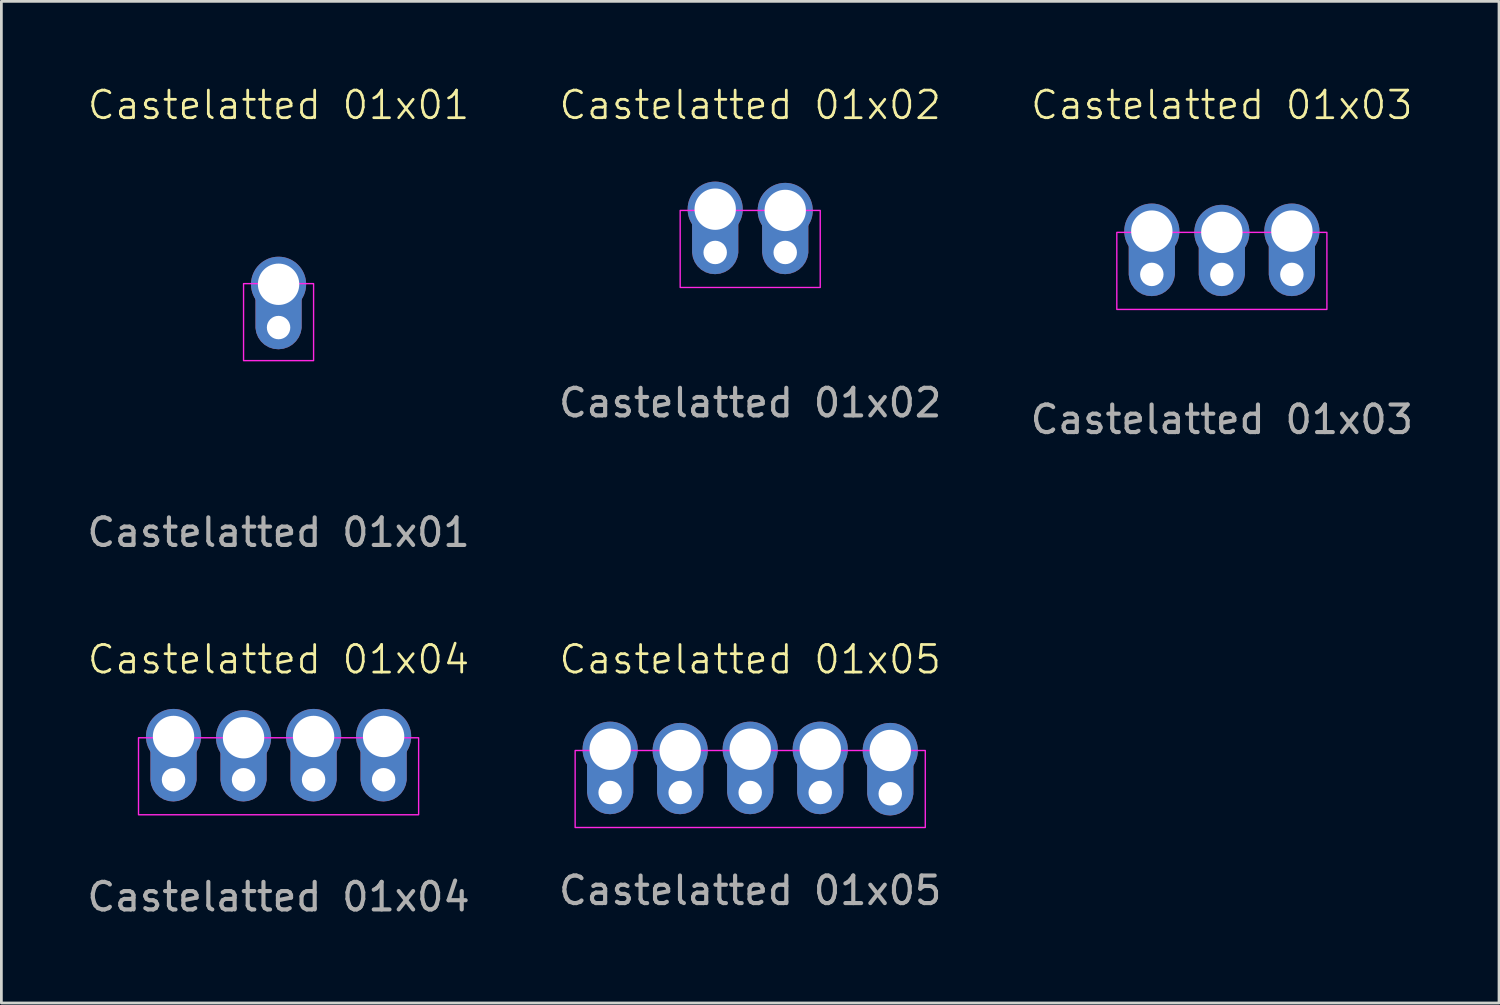
<source format=kicad_pcb>
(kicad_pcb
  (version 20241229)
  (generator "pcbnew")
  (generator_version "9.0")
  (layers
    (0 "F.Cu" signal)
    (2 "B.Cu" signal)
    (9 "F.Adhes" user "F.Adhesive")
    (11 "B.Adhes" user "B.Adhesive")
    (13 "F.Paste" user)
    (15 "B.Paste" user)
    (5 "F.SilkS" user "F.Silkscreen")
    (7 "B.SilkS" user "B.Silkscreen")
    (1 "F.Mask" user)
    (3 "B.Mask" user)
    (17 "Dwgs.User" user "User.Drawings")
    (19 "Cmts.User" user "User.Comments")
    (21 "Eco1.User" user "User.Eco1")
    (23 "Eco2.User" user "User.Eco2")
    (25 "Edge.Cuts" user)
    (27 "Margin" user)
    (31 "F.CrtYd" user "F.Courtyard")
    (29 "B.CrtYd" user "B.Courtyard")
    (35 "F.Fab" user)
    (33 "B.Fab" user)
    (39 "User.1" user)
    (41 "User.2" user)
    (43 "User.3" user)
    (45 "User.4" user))
  (footprint "Castelatted 01x03"
    (layer "F.Cu")
    (at 41.268 6.603)
    (property "Reference" "Castelatted 01x03" (at 0 -5.842 0) (unlocked yes) (layer "F.SilkS") (effects (font (size 1 1) (thickness 0.1))))
    (attr smd)
    (fp_rect (start -3.81 -1.224) (end 3.81 1.57) (stroke (width 0.05) (type default)) (fill no) (layer "F.CrtYd"))
    (fp_rect (start -2.794 0.046) (end -2.286 0.554) (stroke (width 0.1) (type default)) (fill no) (layer "F.Fab"))
    (fp_rect (start -2.794 0.046) (end -2.286 0.554) (stroke (width 0.1) (type default)) (fill no) (layer "F.Fab"))
    (fp_text user "${REFERENCE}" (at 0 5.564 0) (unlocked yes) (layer "F.Fab") (effects (font (size 1 1) (thickness 0.15))))
    (pad "1" thru_hole circle (at -2.54 -1.27 270) (size 2 2) (drill 1.5) (layers "*.Cu" "*.Mask") (remove_unused_layers yes) (keep_end_layers yes) (zone_layer_connections))
    (pad "1" thru_hole custom (at -2.54 0.3 90) (size 1.016 1.016) (drill 0.85) (layers "*.Cu" "*.Mask") (remove_unused_layers yes) (keep_end_layers yes) (zone_layer_connections) (options (anchor circle)) (primitives (gr_poly (pts (xy -0.189 0.803) (xy -0.352 0.733) (xy -0.498 0.63) (xy -0.619 0.499) (xy -0.71 0.346) (xy -0.767 0.177) (xy -0.787 0.001) (xy -0.787 -0.001) (xy -0.771 -0.179) (xy -0.716 -0.349) (xy -0.625 -0.505) (xy -0.504 -0.636) (xy -0.356 -0.739) (xy -0.19 -0.807) (xy -0.014 -0.838) (xy 1.27 -0.838) (xy 1.27 0.838) (xy -0.014 0.838)) (width 0) (fill yes))))
    (pad "2" thru_hole circle (at 0 -1.224 270) (size 2 2) (drill 1.5) (layers "*.Cu" "*.Mask") (remove_unused_layers yes) (keep_end_layers yes) (zone_layer_connections))
    (pad "2" thru_hole custom (at 0 0.3 90) (size 1.016 1.016) (drill 0.85) (layers "*.Cu" "*.Mask") (remove_unused_layers yes) (keep_end_layers yes) (zone_layer_connections) (options (anchor circle)) (primitives (gr_poly (pts (xy -0.189 0.803) (xy -0.352 0.733) (xy -0.498 0.63) (xy -0.619 0.499) (xy -0.71 0.346) (xy -0.767 0.177) (xy -0.787 0.001) (xy -0.787 -0.001) (xy -0.771 -0.179) (xy -0.716 -0.349) (xy -0.625 -0.505) (xy -0.504 -0.636) (xy -0.356 -0.739) (xy -0.19 -0.807) (xy -0.014 -0.838) (xy 1.27 -0.838) (xy 1.27 0.838) (xy -0.014 0.838)) (width 0) (fill yes))))
    (pad "3" thru_hole circle (at 2.54 -1.27 270) (size 2 2) (drill 1.5) (layers "*.Cu" "*.Mask") (remove_unused_layers yes) (keep_end_layers yes) (zone_layer_connections))
    (pad "3" thru_hole custom (at 2.54 0.3 90) (size 1.016 1.016) (drill 0.85) (layers "*.Cu" "*.Mask") (remove_unused_layers yes) (keep_end_layers yes) (zone_layer_connections) (options (anchor circle)) (primitives (gr_poly (pts (xy -0.189 0.803) (xy -0.352 0.733) (xy -0.498 0.63) (xy -0.619 0.499) (xy -0.71 0.346) (xy -0.767 0.177) (xy -0.787 0.001) (xy -0.787 -0.001) (xy -0.771 -0.179) (xy -0.716 -0.349) (xy -0.625 -0.505) (xy -0.504 -0.636) (xy -0.356 -0.739) (xy -0.19 -0.807) (xy -0.014 -0.838) (xy 1.27 -0.838) (xy 1.27 0.838) (xy -0.014 0.838)) (width 0) (fill yes)))))
  (footprint "Castelatted 01x02"
    (layer "F.Cu")
    (at 24.161 6.361)
    (property "Reference" "Castelatted 01x02" (at 0 -5.6 0) (unlocked yes) (layer "F.SilkS") (effects (font (size 1 1) (thickness 0.1))))
    (attr smd)
    (fp_rect (start -2.54 -1.778) (end 2.54 1.016) (stroke (width 0.05) (type default)) (fill no) (layer "F.CrtYd"))
    (fp_rect (start -1.524 -0.508) (end -1.016 0) (stroke (width 0.1) (type default)) (fill no) (layer "F.Fab"))
    (fp_rect (start -1.524 -0.508) (end -1.016 0) (stroke (width 0.1) (type default)) (fill no) (layer "F.Fab"))
    (fp_text user "${REFERENCE}" (at 0 5.2 0) (unlocked yes) (layer "F.Fab") (effects (font (size 1 1) (thickness 0.15))))
    (pad "1" thru_hole circle (at -1.27 -1.824 270) (size 2 2) (drill 1.5) (layers "*.Cu" "*.Mask") (remove_unused_layers yes) (keep_end_layers yes) (zone_layer_connections))
    (pad "1" thru_hole custom (at -1.27 -0.254 90) (size 1.016 1.016) (drill 0.85) (layers "*.Cu" "*.Mask") (remove_unused_layers yes) (keep_end_layers yes) (zone_layer_connections) (options (anchor circle)) (primitives (gr_poly (pts (xy -0.189 0.803) (xy -0.352 0.733) (xy -0.498 0.63) (xy -0.619 0.499) (xy -0.71 0.346) (xy -0.767 0.177) (xy -0.787 0.001) (xy -0.787 -0.001) (xy -0.771 -0.179) (xy -0.716 -0.349) (xy -0.625 -0.505) (xy -0.504 -0.636) (xy -0.356 -0.739) (xy -0.19 -0.807) (xy -0.014 -0.838) (xy 1.27 -0.838) (xy 1.27 0.838) (xy -0.014 0.838)) (width 0) (fill yes))))
    (pad "2" thru_hole circle (at 1.27 -1.778 270) (size 2 2) (drill 1.5) (layers "*.Cu" "*.Mask") (remove_unused_layers yes) (keep_end_layers yes) (zone_layer_connections))
    (pad "2" thru_hole custom (at 1.27 -0.254 90) (size 1.016 1.016) (drill 0.85) (layers "*.Cu" "*.Mask") (remove_unused_layers yes) (keep_end_layers yes) (zone_layer_connections) (options (anchor circle)) (primitives (gr_poly (pts (xy -0.189 0.803) (xy -0.352 0.733) (xy -0.498 0.63) (xy -0.619 0.499) (xy -0.71 0.346) (xy -0.767 0.177) (xy -0.787 0.001) (xy -0.787 -0.001) (xy -0.771 -0.179) (xy -0.716 -0.349) (xy -0.625 -0.505) (xy -0.504 -0.636) (xy -0.356 -0.739) (xy -0.19 -0.807) (xy -0.014 -0.838) (xy 1.27 -0.838) (xy 1.27 0.838) (xy -0.014 0.838)) (width 0) (fill yes)))))
  (footprint "Castelatted 01x05"
    (layer "F.Cu")
    (at 24.161 24.679)
    (property "Reference" "Castelatted 01x05" (at 0 -3.81 0) (unlocked yes) (layer "F.SilkS") (effects (font (size 1 1) (thickness 0.1))))
    (attr smd)
    (fp_rect (start -6.35 -0.508) (end 6.35 2.286) (stroke (width 0.05) (type default)) (fill no) (layer "F.CrtYd"))
    (fp_rect (start -5.334 0.762) (end -4.826 1.27) (stroke (width 0.1) (type default)) (fill no) (layer "F.Fab"))
    (fp_rect (start -5.334 0.762) (end -4.826 1.27) (stroke (width 0.1) (type default)) (fill no) (layer "F.Fab"))
    (fp_text user "${REFERENCE}" (at 0 4.572 0) (unlocked yes) (layer "F.Fab") (effects (font (size 1 1) (thickness 0.15))))
    (pad "1" thru_hole circle (at -5.08 -0.554 270) (size 2 2) (drill 1.5) (layers "*.Cu" "*.Mask") (remove_unused_layers yes) (keep_end_layers yes) (zone_layer_connections))
    (pad "1" thru_hole custom (at -5.08 1.016 90) (size 1.016 1.016) (drill 0.85) (layers "*.Cu" "*.Mask") (remove_unused_layers yes) (keep_end_layers yes) (zone_layer_connections) (options (anchor circle)) (primitives (gr_poly (pts (xy -0.189 0.803) (xy -0.352 0.733) (xy -0.498 0.63) (xy -0.619 0.499) (xy -0.71 0.346) (xy -0.767 0.177) (xy -0.787 0.001) (xy -0.787 -0.001) (xy -0.771 -0.179) (xy -0.716 -0.349) (xy -0.625 -0.505) (xy -0.504 -0.636) (xy -0.356 -0.739) (xy -0.19 -0.807) (xy -0.014 -0.838) (xy 1.27 -0.838) (xy 1.27 0.838) (xy -0.014 0.838)) (width 0) (fill yes))))
    (pad "2" thru_hole circle (at -2.54 -0.508 270) (size 2 2) (drill 1.5) (layers "*.Cu" "*.Mask") (remove_unused_layers yes) (keep_end_layers yes) (zone_layer_connections))
    (pad "2" thru_hole custom (at -2.54 1.016 90) (size 1.016 1.016) (drill 0.85) (layers "*.Cu" "*.Mask") (remove_unused_layers yes) (keep_end_layers yes) (zone_layer_connections) (options (anchor circle)) (primitives (gr_poly (pts (xy -0.189 0.803) (xy -0.352 0.733) (xy -0.498 0.63) (xy -0.619 0.499) (xy -0.71 0.346) (xy -0.767 0.177) (xy -0.787 0.001) (xy -0.787 -0.001) (xy -0.771 -0.179) (xy -0.716 -0.349) (xy -0.625 -0.505) (xy -0.504 -0.636) (xy -0.356 -0.739) (xy -0.19 -0.807) (xy -0.014 -0.838) (xy 1.27 -0.838) (xy 1.27 0.838) (xy -0.014 0.838)) (width 0) (fill yes))))
    (pad "3" thru_hole circle (at 0 -0.554 270) (size 2 2) (drill 1.5) (layers "*.Cu" "*.Mask") (remove_unused_layers yes) (keep_end_layers yes) (zone_layer_connections))
    (pad "3" thru_hole custom (at 0 1.016 90) (size 1.016 1.016) (drill 0.85) (layers "*.Cu" "*.Mask") (remove_unused_layers yes) (keep_end_layers yes) (zone_layer_connections) (options (anchor circle)) (primitives (gr_poly (pts (xy -0.189 0.803) (xy -0.352 0.733) (xy -0.498 0.63) (xy -0.619 0.499) (xy -0.71 0.346) (xy -0.767 0.177) (xy -0.787 0.001) (xy -0.787 -0.001) (xy -0.771 -0.179) (xy -0.716 -0.349) (xy -0.625 -0.505) (xy -0.504 -0.636) (xy -0.356 -0.739) (xy -0.19 -0.807) (xy -0.014 -0.838) (xy 1.27 -0.838) (xy 1.27 0.838) (xy -0.014 0.838)) (width 0) (fill yes))))
    (pad "4" thru_hole circle (at 2.54 -0.554 270) (size 2 2) (drill 1.5) (layers "*.Cu" "*.Mask") (remove_unused_layers yes) (keep_end_layers yes) (zone_layer_connections))
    (pad "4" thru_hole custom (at 2.54 1.016 90) (size 1.016 1.016) (drill 0.85) (layers "*.Cu" "*.Mask") (remove_unused_layers yes) (keep_end_layers yes) (zone_layer_connections) (options (anchor circle)) (primitives (gr_poly (pts (xy -0.189 0.803) (xy -0.352 0.733) (xy -0.498 0.63) (xy -0.619 0.499) (xy -0.71 0.346) (xy -0.767 0.177) (xy -0.787 0.001) (xy -0.787 -0.001) (xy -0.771 -0.179) (xy -0.716 -0.349) (xy -0.625 -0.505) (xy -0.504 -0.636) (xy -0.356 -0.739) (xy -0.19 -0.807) (xy -0.014 -0.838) (xy 1.27 -0.838) (xy 1.27 0.838) (xy -0.014 0.838)) (width 0) (fill yes))))
    (pad "5" thru_hole circle (at 5.08 -0.508 270) (size 2 2) (drill 1.5) (layers "*.Cu" "*.Mask") (remove_unused_layers yes) (keep_end_layers yes) (zone_layer_connections))
    (pad "5" thru_hole custom (at 5.08 1.062 90) (size 1.016 1.016) (drill 0.85) (layers "*.Cu" "*.Mask") (remove_unused_layers yes) (keep_end_layers yes) (zone_layer_connections) (options (anchor circle)) (primitives (gr_poly (pts (xy -0.189 0.803) (xy -0.352 0.733) (xy -0.498 0.63) (xy -0.619 0.499) (xy -0.71 0.346) (xy -0.767 0.177) (xy -0.787 0.001) (xy -0.787 -0.001) (xy -0.771 -0.179) (xy -0.716 -0.349) (xy -0.625 -0.505) (xy -0.504 -0.636) (xy -0.356 -0.739) (xy -0.19 -0.807) (xy -0.014 -0.838) (xy 1.27 -0.838) (xy 1.27 0.838) (xy -0.014 0.838)) (width 0) (fill yes)))))
  (footprint "Castelatted 01x01"
    (layer "F.Cu")
    (at 7.054 8.761)
    (property "Reference" "Castelatted 01x01" (at 0 -8 0) (unlocked yes) (layer "F.SilkS") (effects (font (size 1 1) (thickness 0.1))))
    (attr smd)
    (fp_rect (start -1.27 -1.524) (end 1.27 1.27) (stroke (width 0.05) (type default)) (fill no) (layer "F.CrtYd"))
    (fp_rect (start -0.254 -0.184) (end 0.254 0.324) (stroke (width 0.1) (type default)) (fill no) (layer "F.Fab"))
    (fp_text user "${REFERENCE}" (at 0 7.5 0) (unlocked yes) (layer "F.Fab") (effects (font (size 1 1) (thickness 0.15))))
    (pad "1" thru_hole circle (at 0 -1.5 270) (size 2 2) (drill 1.5) (layers "*.Cu" "*.Mask") (remove_unused_layers yes) (keep_end_layers yes) (zone_layer_connections))
    (pad "1" thru_hole custom (at 0 0.07 90) (size 1.016 1.016) (drill 0.85) (layers "*.Cu" "*.Mask") (remove_unused_layers yes) (keep_end_layers yes) (zone_layer_connections) (options (anchor circle)) (primitives (gr_poly (pts (xy -0.189 0.803) (xy -0.352 0.733) (xy -0.498 0.63) (xy -0.619 0.499) (xy -0.71 0.346) (xy -0.767 0.177) (xy -0.787 0.001) (xy -0.787 -0.001) (xy -0.771 -0.179) (xy -0.716 -0.349) (xy -0.625 -0.505) (xy -0.504 -0.636) (xy -0.356 -0.739) (xy -0.19 -0.807) (xy -0.014 -0.838) (xy 1.27 -0.838) (xy 1.27 0.838) (xy -0.014 0.838)) (width 0) (fill yes)))))
  (footprint "Castelatted 01x04"
    (layer "F.Cu")
    (at 7.054 24.425)
    (property "Reference" "Castelatted 01x04" (at 0 -3.556 0) (unlocked yes) (layer "F.SilkS") (effects (font (size 1 1) (thickness 0.1))))
    (attr smd)
    (fp_rect (start -5.08 -0.716) (end 5.08 2.078) (stroke (width 0.05) (type default)) (fill no) (layer "F.CrtYd"))
    (fp_rect (start -4.064 0.554) (end -3.556 1.062) (stroke (width 0.1) (type default)) (fill no) (layer "F.Fab"))
    (fp_rect (start -4.064 0.554) (end -3.556 1.062) (stroke (width 0.1) (type default)) (fill no) (layer "F.Fab"))
    (fp_text user "${REFERENCE}" (at 0 5.056 0) (unlocked yes) (layer "F.Fab") (effects (font (size 1 1) (thickness 0.15))))
    (pad "1" thru_hole circle (at -3.81 -0.762 270) (size 2 2) (drill 1.5) (layers "*.Cu" "*.Mask") (remove_unused_layers yes) (keep_end_layers yes) (zone_layer_connections))
    (pad "1" thru_hole custom (at -3.81 0.808 90) (size 1.016 1.016) (drill 0.85) (layers "*.Cu" "*.Mask") (remove_unused_layers yes) (keep_end_layers yes) (zone_layer_connections) (options (anchor circle)) (primitives (gr_poly (pts (xy -0.189 0.803) (xy -0.352 0.733) (xy -0.498 0.63) (xy -0.619 0.499) (xy -0.71 0.346) (xy -0.767 0.177) (xy -0.787 0.001) (xy -0.787 -0.001) (xy -0.771 -0.179) (xy -0.716 -0.349) (xy -0.625 -0.505) (xy -0.504 -0.636) (xy -0.356 -0.739) (xy -0.19 -0.807) (xy -0.014 -0.838) (xy 1.27 -0.838) (xy 1.27 0.838) (xy -0.014 0.838)) (width 0) (fill yes))))
    (pad "2" thru_hole circle (at -1.27 -0.716 270) (size 2 2) (drill 1.5) (layers "*.Cu" "*.Mask") (remove_unused_layers yes) (keep_end_layers yes) (zone_layer_connections))
    (pad "2" thru_hole custom (at -1.27 0.808 90) (size 1.016 1.016) (drill 0.85) (layers "*.Cu" "*.Mask") (remove_unused_layers yes) (keep_end_layers yes) (zone_layer_connections) (options (anchor circle)) (primitives (gr_poly (pts (xy -0.189 0.803) (xy -0.352 0.733) (xy -0.498 0.63) (xy -0.619 0.499) (xy -0.71 0.346) (xy -0.767 0.177) (xy -0.787 0.001) (xy -0.787 -0.001) (xy -0.771 -0.179) (xy -0.716 -0.349) (xy -0.625 -0.505) (xy -0.504 -0.636) (xy -0.356 -0.739) (xy -0.19 -0.807) (xy -0.014 -0.838) (xy 1.27 -0.838) (xy 1.27 0.838) (xy -0.014 0.838)) (width 0) (fill yes))))
    (pad "3" thru_hole circle (at 1.27 -0.762 270) (size 2 2) (drill 1.5) (layers "*.Cu" "*.Mask") (remove_unused_layers yes) (keep_end_layers yes) (zone_layer_connections))
    (pad "3" thru_hole custom (at 1.27 0.808 90) (size 1.016 1.016) (drill 0.85) (layers "*.Cu" "*.Mask") (remove_unused_layers yes) (keep_end_layers yes) (zone_layer_connections) (options (anchor circle)) (primitives (gr_poly (pts (xy -0.189 0.803) (xy -0.352 0.733) (xy -0.498 0.63) (xy -0.619 0.499) (xy -0.71 0.346) (xy -0.767 0.177) (xy -0.787 0.001) (xy -0.787 -0.001) (xy -0.771 -0.179) (xy -0.716 -0.349) (xy -0.625 -0.505) (xy -0.504 -0.636) (xy -0.356 -0.739) (xy -0.19 -0.807) (xy -0.014 -0.838) (xy 1.27 -0.838) (xy 1.27 0.838) (xy -0.014 0.838)) (width 0) (fill yes))))
    (pad "4" thru_hole circle (at 3.81 -0.762 270) (size 2 2) (drill 1.5) (layers "*.Cu" "*.Mask") (remove_unused_layers yes) (keep_end_layers yes) (zone_layer_connections))
    (pad "4" thru_hole custom (at 3.81 0.808 90) (size 1.016 1.016) (drill 0.85) (layers "*.Cu" "*.Mask") (remove_unused_layers yes) (keep_end_layers yes) (zone_layer_connections) (options (anchor circle)) (primitives (gr_poly (pts (xy -0.189 0.803) (xy -0.352 0.733) (xy -0.498 0.63) (xy -0.619 0.499) (xy -0.71 0.346) (xy -0.767 0.177) (xy -0.787 0.001) (xy -0.787 -0.001) (xy -0.771 -0.179) (xy -0.716 -0.349) (xy -0.625 -0.505) (xy -0.504 -0.636) (xy -0.356 -0.739) (xy -0.19 -0.807) (xy -0.014 -0.838) (xy 1.27 -0.838) (xy 1.27 0.838) (xy -0.014 0.838)) (width 0) (fill yes)))))
  (gr_rect
    (start -3 -3)
    (end 51.321 33.33)
    (stroke (width 0.1) (type default))
    (fill no)
    (layer "Edge.Cuts")))
</source>
